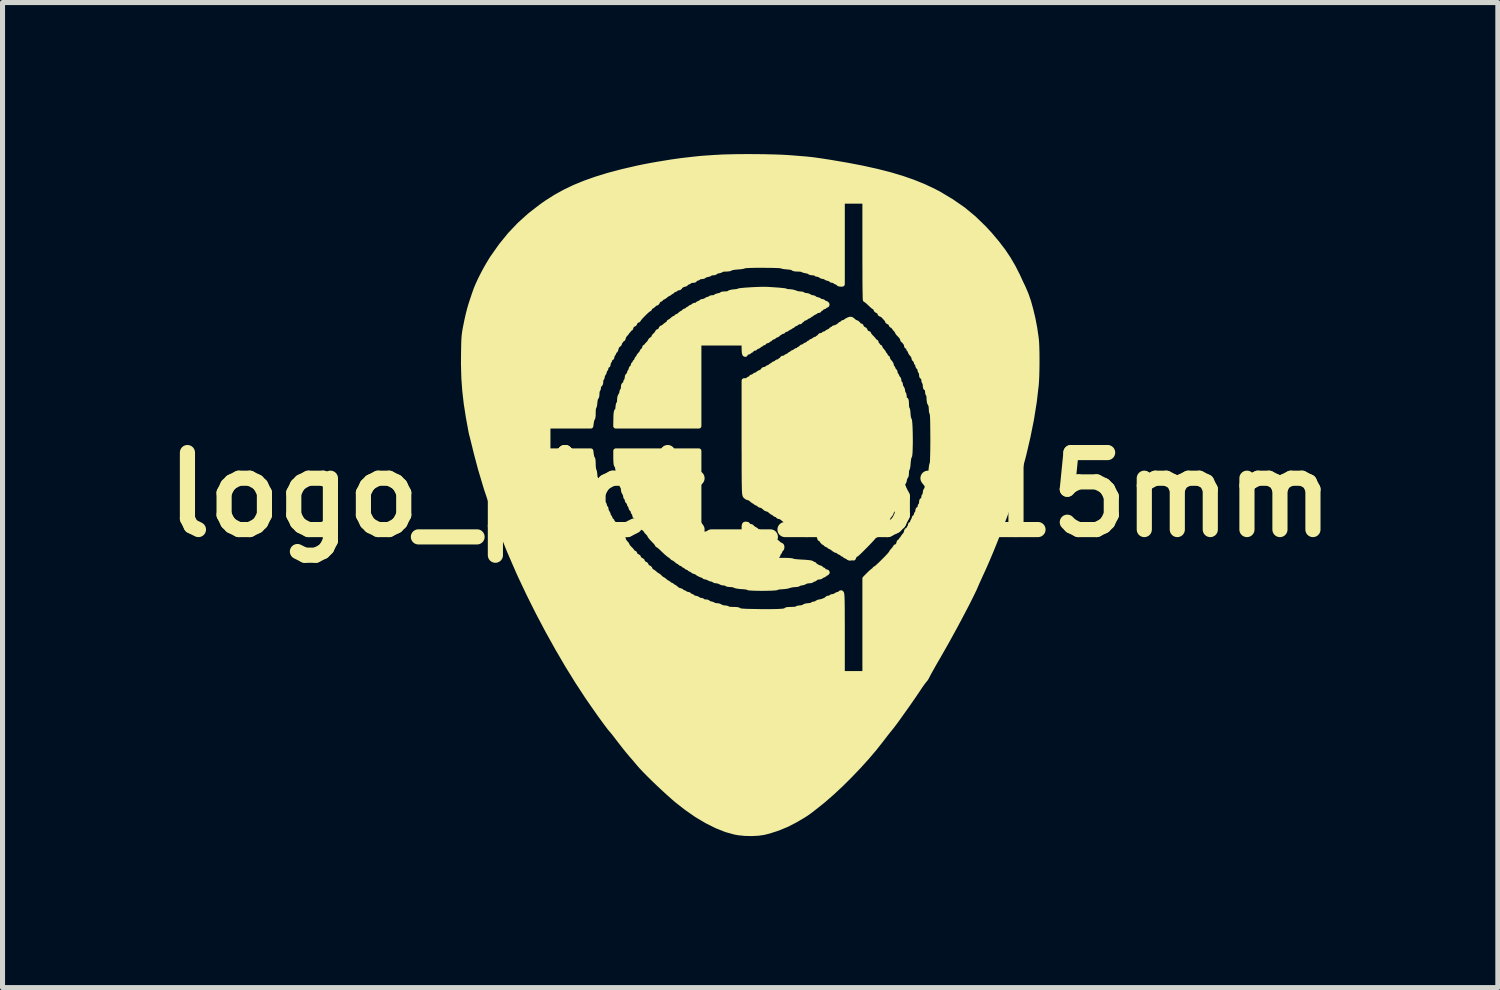
<source format=kicad_pcb>
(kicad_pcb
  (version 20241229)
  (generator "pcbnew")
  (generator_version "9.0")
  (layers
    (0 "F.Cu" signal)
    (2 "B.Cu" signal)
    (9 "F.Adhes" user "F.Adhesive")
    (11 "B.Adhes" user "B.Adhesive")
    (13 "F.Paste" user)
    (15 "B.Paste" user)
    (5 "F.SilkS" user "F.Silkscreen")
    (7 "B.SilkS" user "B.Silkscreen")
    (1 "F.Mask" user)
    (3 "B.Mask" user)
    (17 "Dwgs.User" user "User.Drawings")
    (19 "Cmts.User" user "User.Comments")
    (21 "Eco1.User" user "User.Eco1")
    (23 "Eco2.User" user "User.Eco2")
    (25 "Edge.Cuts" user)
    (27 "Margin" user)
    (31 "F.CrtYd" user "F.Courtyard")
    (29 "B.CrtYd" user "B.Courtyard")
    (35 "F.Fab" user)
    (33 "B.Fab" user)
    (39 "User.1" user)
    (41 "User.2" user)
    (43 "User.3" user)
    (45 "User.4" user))
  (footprint "logo_pick_15x15mm"
    (layer "F.Cu")
    (at 11.8 6.743)
    (property "Reference" "logo_pick_15x15mm" (at 0 0 0) (layer "F.SilkS") (effects (font (size 1.524 1.524) (thickness 0.3))))
    (attr through_hole)
    (fp_poly (pts (xy 1.524 1.539) (xy 1.512 1.552) (xy 1.502 1.554) (xy 1.482 1.562) (xy 1.479 1.569) (xy 1.466 1.583) (xy 1.442 1.593) (xy 1.414 1.604) (xy 1.404 1.615) (xy 1.391 1.624) (xy 1.359 1.629) (xy 1.354 1.629) (xy 1.313 1.635) (xy 1.294 1.651) (xy 1.274 1.669) (xy 1.256 1.673) (xy 1.231 1.68) (xy 1.225 1.688) (xy 1.212 1.698) (xy 1.179 1.703) (xy 1.166 1.703) (xy 1.123 1.708) (xy 1.092 1.719) (xy 1.088 1.722) (xy 1.06 1.736) (xy 1.019 1.746) (xy 1.016 1.746) (xy 0.98 1.753) (xy 0.96 1.763) (xy 0.959 1.764) (xy 0.942 1.773) (xy 0.906 1.778) (xy 0.89 1.778) (xy 0.835 1.783) (xy 0.783 1.795) (xy 0.775 1.798) (xy 0.733 1.81) (xy 0.675 1.818) (xy 0.628 1.822) (xy 0.577 1.825) (xy 0.54 1.832) (xy 0.525 1.839) (xy 0.51 1.843) (xy 0.468 1.847) (xy 0.405 1.85) (xy 0.325 1.852) (xy 0.237 1.853) (xy 0.148 1.852) (xy 0.071 1.85) (xy 0.012 1.847) (xy -0.026 1.844) (xy -0.039 1.84) (xy -0.039 1.84) (xy -0.048 1.833) (xy -0.082 1.827) (xy -0.133 1.821) (xy -0.157 1.82) (xy -0.218 1.815) (xy -0.267 1.807) (xy -0.298 1.799) (xy -0.302 1.796) (xy -0.327 1.785) (xy -0.369 1.779) (xy -0.391 1.778) (xy -0.433 1.775) (xy -0.459 1.768) (xy -0.463 1.763) (xy -0.476 1.753) (xy -0.508 1.748) (xy -0.513 1.748) (xy -0.557 1.742) (xy -0.591 1.726) (xy -0.627 1.71) (xy -0.669 1.704) (xy -0.702 1.699) (xy -0.717 1.689) (xy -0.717 1.688) (xy -0.73 1.677) (xy -0.752 1.673) (xy -0.791 1.664) (xy -0.815 1.651) (xy -0.852 1.634) (xy -0.878 1.629) (xy -0.904 1.623) (xy -0.911 1.614) (xy -0.923 1.6) (xy -0.933 1.599) (xy -0.959 1.592) (xy -0.996 1.576) (xy -1.033 1.556) (xy -1.056 1.539) (xy -1.058 1.535) (xy -1.075 1.526) (xy -1.09 1.524) (xy -1.122 1.513) (xy -1.136 1.502) (xy -1.161 1.483) (xy -1.175 1.479) (xy -1.193 1.471) (xy -1.195 1.466) (xy -1.208 1.453) (xy -1.233 1.443) (xy -1.261 1.431) (xy -1.27 1.419) (xy -1.282 1.406) (xy -1.292 1.404) (xy -1.312 1.397) (xy -1.315 1.391) (xy -1.327 1.378) (xy -1.352 1.368) (xy -1.38 1.356) (xy -1.39 1.344) (xy -1.401 1.33) (xy -1.406 1.33) (xy -1.429 1.321) (xy -1.442 1.311) (xy -1.482 1.277) (xy -1.506 1.26) (xy -1.523 1.255) (xy -1.523 1.255) (xy -1.538 1.246) (xy -1.539 1.243) (xy -1.551 1.229) (xy -1.579 1.208) (xy -1.585 1.204) (xy -1.618 1.18) (xy -1.663 1.142) (xy -1.71 1.097) (xy -1.719 1.089) (xy -1.761 1.048) (xy -1.796 1.018) (xy -1.818 1.002) (xy -1.822 1.001) (xy -1.837 0.99) (xy -1.838 0.985) (xy -1.848 0.967) (xy -1.874 0.935) (xy -1.911 0.897) (xy -1.912 0.895) (xy -1.95 0.856) (xy -1.976 0.824) (xy -1.987 0.805) (xy -1.987 0.805) (xy -1.997 0.784) (xy -2.022 0.756) (xy -2.025 0.753) (xy -2.05 0.727) (xy -2.062 0.71) (xy -2.062 0.709) (xy -2.073 0.69) (xy -2.097 0.668) (xy -2.119 0.657) (xy -2.121 0.657) (xy -2.133 0.645) (xy -2.137 0.626) (xy -2.147 0.594) (xy -2.173 0.56) (xy -2.174 0.559) (xy -2.2 0.529) (xy -2.211 0.503) (xy -2.211 0.501) (xy -2.219 0.481) (xy -2.226 0.478) (xy -2.239 0.466) (xy -2.241 0.456) (xy -2.253 0.436) (xy -2.264 0.433) (xy -2.282 0.42) (xy -2.286 0.396) (xy -2.291 0.368) (xy -2.301 0.359) (xy -2.313 0.346) (xy -2.316 0.328) (xy -2.326 0.3) (xy -2.338 0.289) (xy -2.356 0.269) (xy -2.361 0.245) (xy -2.366 0.218) (xy -2.376 0.209) (xy -2.388 0.197) (xy -2.391 0.179) (xy -2.4 0.15) (xy -2.413 0.14) (xy -2.43 0.12) (xy -2.435 0.096) (xy -2.441 0.068) (xy -2.45 0.06) (xy -2.462 0.047) (xy -2.465 0.023) (xy -2.474 -0.014) (xy -2.488 -0.035) (xy -2.503 -0.065) (xy -2.51 -0.107) (xy -2.51 -0.111) (xy -2.514 -0.146) (xy -2.523 -0.164) (xy -2.525 -0.164) (xy -2.536 -0.177) (xy -2.54 -0.201) (xy -2.549 -0.239) (xy -2.562 -0.259) (xy -2.578 -0.291) (xy -2.585 -0.34) (xy -2.585 -0.35) (xy -2.587 -0.391) (xy -2.594 -0.415) (xy -2.598 -0.418) (xy -2.606 -0.432) (xy -2.615 -0.466) (xy -2.618 -0.496) (xy -2.626 -0.541) (xy -2.636 -0.572) (xy -2.643 -0.58) (xy -2.652 -0.598) (xy -2.657 -0.644) (xy -2.66 -0.716) (xy -2.66 -0.726) (xy -2.66 -0.867) (xy -1.838 -0.867) (xy -1.016 -0.867) (xy -1.016 -0.045) (xy -1.016 0.777) (xy -0.568 0.777) (xy -0.12 0.777) (xy -0.12 0.68) (xy -0.119 0.628) (xy -0.115 0.599) (xy -0.106 0.586) (xy -0.088 0.583) (xy -0.082 0.583) (xy -0.052 0.59) (xy -0.045 0.605) (xy -0.032 0.623) (xy -0.007 0.628) (xy 0.021 0.632) (xy 0.03 0.64) (xy 0.042 0.655) (xy 0.071 0.675) (xy 0.082 0.681) (xy 0.115 0.701) (xy 0.133 0.718) (xy 0.134 0.721) (xy 0.147 0.731) (xy 0.156 0.732) (xy 0.185 0.742) (xy 0.197 0.751) (xy 0.229 0.775) (xy 0.266 0.796) (xy 0.299 0.81) (xy 0.318 0.812) (xy 0.319 0.811) (xy 0.327 0.815) (xy 0.329 0.827) (xy 0.341 0.847) (xy 0.366 0.852) (xy 0.394 0.857) (xy 0.403 0.866) (xy 0.416 0.88) (xy 0.441 0.89) (xy 0.469 0.902) (xy 0.478 0.913) (xy 0.49 0.926) (xy 0.494 0.926) (xy 0.518 0.935) (xy 0.531 0.945) (xy 0.57 0.979) (xy 0.595 0.996) (xy 0.611 1.001) (xy 0.612 1.001) (xy 0.624 1.014) (xy 0.628 1.038) (xy 0.623 1.066) (xy 0.613 1.076) (xy 0.599 1.088) (xy 0.589 1.113) (xy 0.577 1.141) (xy 0.566 1.15) (xy 0.555 1.163) (xy 0.553 1.179) (xy 0.542 1.207) (xy 0.53 1.216) (xy 0.513 1.236) (xy 0.508 1.262) (xy 0.508 1.3) (xy 0.672 1.3) (xy 0.738 1.301) (xy 0.792 1.304) (xy 0.826 1.308) (xy 0.837 1.313) (xy 0.851 1.318) (xy 0.889 1.324) (xy 0.946 1.329) (xy 1.016 1.334) (xy 1.027 1.334) (xy 1.105 1.339) (xy 1.167 1.345) (xy 1.207 1.352) (xy 1.222 1.359) (xy 1.24 1.373) (xy 1.249 1.375) (xy 1.268 1.381) (xy 1.27 1.386) (xy 1.282 1.4) (xy 1.311 1.42) (xy 1.346 1.438) (xy 1.375 1.449) (xy 1.382 1.449) (xy 1.403 1.461) (xy 1.41 1.473) (xy 1.425 1.488) (xy 1.434 1.487) (xy 1.447 1.49) (xy 1.449 1.501) (xy 1.462 1.52) (xy 1.487 1.524) (xy 1.515 1.529) (xy 1.524 1.539)) (stroke (width 0.1) (type solid)) (fill yes) (layer "F.SilkS"))
    (fp_poly (pts (xy 1.521 -3.766) (xy 1.516 -3.753) (xy 1.503 -3.75) (xy 1.482 -3.743) (xy 1.479 -3.735) (xy 1.467 -3.723) (xy 1.451 -3.72) (xy 1.423 -3.709) (xy 1.414 -3.697) (xy 1.399 -3.682) (xy 1.39 -3.683) (xy 1.377 -3.68) (xy 1.375 -3.669) (xy 1.362 -3.65) (xy 1.337 -3.646) (xy 1.309 -3.641) (xy 1.3 -3.631) (xy 1.287 -3.617) (xy 1.263 -3.607) (xy 1.235 -3.595) (xy 1.225 -3.584) (xy 1.213 -3.572) (xy 1.203 -3.571) (xy 1.183 -3.563) (xy 1.18 -3.556) (xy 1.168 -3.542) (xy 1.143 -3.532) (xy 1.115 -3.521) (xy 1.106 -3.51) (xy 1.093 -3.499) (xy 1.077 -3.496) (xy 1.05 -3.486) (xy 1.04 -3.474) (xy 1.02 -3.454) (xy 1.008 -3.451) (xy 0.992 -3.444) (xy 0.994 -3.436) (xy 0.988 -3.425) (xy 0.965 -3.422) (xy 0.936 -3.417) (xy 0.926 -3.407) (xy 0.914 -3.393) (xy 0.889 -3.383) (xy 0.861 -3.371) (xy 0.852 -3.36) (xy 0.84 -3.348) (xy 0.829 -3.347) (xy 0.809 -3.338) (xy 0.807 -3.331) (xy 0.798 -3.322) (xy 0.792 -3.324) (xy 0.778 -3.323) (xy 0.777 -3.318) (xy 0.765 -3.304) (xy 0.755 -3.302) (xy 0.735 -3.294) (xy 0.732 -3.287) (xy 0.72 -3.275) (xy 0.702 -3.272) (xy 0.673 -3.262) (xy 0.663 -3.25) (xy 0.649 -3.234) (xy 0.642 -3.235) (xy 0.623 -3.232) (xy 0.607 -3.22) (xy 0.582 -3.202) (xy 0.569 -3.197) (xy 0.553 -3.187) (xy 0.553 -3.183) (xy 0.54 -3.169) (xy 0.515 -3.159) (xy 0.488 -3.148) (xy 0.478 -3.138) (xy 0.465 -3.126) (xy 0.441 -3.117) (xy 0.413 -3.105) (xy 0.403 -3.093) (xy 0.391 -3.08) (xy 0.381 -3.078) (xy 0.361 -3.07) (xy 0.359 -3.063) (xy 0.346 -3.051) (xy 0.328 -3.048) (xy 0.3 -3.038) (xy 0.289 -3.026) (xy 0.269 -3.007) (xy 0.252 -3.003) (xy 0.229 -2.997) (xy 0.224 -2.988) (xy 0.212 -2.975) (xy 0.202 -2.973) (xy 0.182 -2.965) (xy 0.179 -2.959) (xy 0.167 -2.944) (xy 0.142 -2.935) (xy 0.114 -2.923) (xy 0.105 -2.912) (xy 0.092 -2.901) (xy 0.074 -2.899) (xy 0.046 -2.889) (xy 0.035 -2.876) (xy 0.016 -2.856) (xy 0.006 -2.854) (xy -0.013 -2.845) (xy -0.015 -2.839) (xy -0.027 -2.827) (xy -0.045 -2.824) (xy -0.074 -2.814) (xy -0.084 -2.801) (xy -0.097 -2.779) (xy -0.108 -2.785) (xy -0.116 -2.816) (xy -0.119 -2.872) (xy -0.12 -2.891) (xy -0.12 -3.003) (xy -0.568 -3.003) (xy -1.016 -3.003) (xy -1.016 -2.181) (xy -1.016 -1.36) (xy -1.838 -1.36) (xy -2.661 -1.36) (xy -2.658 -1.509) (xy -2.656 -1.585) (xy -2.65 -1.634) (xy -2.643 -1.656) (xy -2.638 -1.658) (xy -2.626 -1.672) (xy -2.618 -1.71) (xy -2.617 -1.729) (xy -2.612 -1.772) (xy -2.604 -1.8) (xy -2.599 -1.805) (xy -2.59 -1.822) (xy -2.585 -1.858) (xy -2.585 -1.877) (xy -2.58 -1.928) (xy -2.566 -1.963) (xy -2.562 -1.967) (xy -2.545 -1.999) (xy -2.54 -2.026) (xy -2.535 -2.053) (xy -2.525 -2.062) (xy -2.516 -2.075) (xy -2.51 -2.108) (xy -2.51 -2.122) (xy -2.506 -2.163) (xy -2.494 -2.18) (xy -2.488 -2.181) (xy -2.47 -2.194) (xy -2.465 -2.219) (xy -2.46 -2.247) (xy -2.45 -2.256) (xy -2.44 -2.269) (xy -2.436 -2.301) (xy -2.435 -2.307) (xy -2.429 -2.348) (xy -2.413 -2.366) (xy -2.395 -2.386) (xy -2.391 -2.405) (xy -2.384 -2.43) (xy -2.376 -2.435) (xy -2.364 -2.448) (xy -2.361 -2.471) (xy -2.352 -2.502) (xy -2.338 -2.516) (xy -2.32 -2.536) (xy -2.316 -2.554) (xy -2.31 -2.579) (xy -2.301 -2.585) (xy -2.288 -2.597) (xy -2.286 -2.607) (xy -2.278 -2.627) (xy -2.271 -2.63) (xy -2.257 -2.642) (xy -2.247 -2.667) (xy -2.236 -2.695) (xy -2.225 -2.704) (xy -2.212 -2.716) (xy -2.211 -2.72) (xy -2.202 -2.744) (xy -2.193 -2.757) (xy -2.158 -2.797) (xy -2.141 -2.821) (xy -2.137 -2.837) (xy -2.125 -2.853) (xy -2.114 -2.859) (xy -2.096 -2.879) (xy -2.092 -2.899) (xy -2.086 -2.92) (xy -2.077 -2.921) (xy -2.063 -2.923) (xy -2.062 -2.928) (xy -2.052 -2.949) (xy -2.027 -2.977) (xy -2.025 -2.979) (xy -1.999 -3.005) (xy -1.987 -3.022) (xy -1.987 -3.023) (xy -1.978 -3.044) (xy -1.957 -3.067) (xy -1.935 -3.082) (xy -1.925 -3.084) (xy -1.915 -3.089) (xy -1.912 -3.105) (xy -1.901 -3.134) (xy -1.875 -3.162) (xy -1.849 -3.187) (xy -1.838 -3.208) (xy -1.838 -3.208) (xy -1.828 -3.226) (xy -1.822 -3.227) (xy -1.796 -3.239) (xy -1.772 -3.263) (xy -1.763 -3.286) (xy -1.752 -3.301) (xy -1.747 -3.302) (xy -1.723 -3.311) (xy -1.71 -3.321) (xy -1.671 -3.355) (xy -1.646 -3.372) (xy -1.63 -3.377) (xy -1.629 -3.377) (xy -1.615 -3.389) (xy -1.614 -3.399) (xy -1.605 -3.419) (xy -1.598 -3.422) (xy -1.578 -3.431) (xy -1.549 -3.455) (xy -1.545 -3.459) (xy -1.514 -3.484) (xy -1.488 -3.496) (xy -1.486 -3.496) (xy -1.467 -3.505) (xy -1.464 -3.511) (xy -1.453 -3.526) (xy -1.448 -3.526) (xy -1.424 -3.535) (xy -1.411 -3.545) (xy -1.372 -3.579) (xy -1.347 -3.596) (xy -1.331 -3.601) (xy -1.33 -3.601) (xy -1.315 -3.612) (xy -1.315 -3.615) (xy -1.302 -3.63) (xy -1.277 -3.64) (xy -1.25 -3.651) (xy -1.24 -3.662) (xy -1.228 -3.674) (xy -1.218 -3.676) (xy -1.198 -3.683) (xy -1.195 -3.69) (xy -1.183 -3.704) (xy -1.158 -3.714) (xy -1.13 -3.726) (xy -1.121 -3.737) (xy -1.108 -3.747) (xy -1.083 -3.75) (xy -1.055 -3.755) (xy -1.046 -3.765) (xy -1.033 -3.779) (xy -1.009 -3.789) (xy -0.981 -3.8) (xy -0.971 -3.812) (xy -0.958 -3.822) (xy -0.935 -3.825) (xy -0.897 -3.834) (xy -0.876 -3.847) (xy -0.843 -3.866) (xy -0.823 -3.87) (xy -0.798 -3.876) (xy -0.792 -3.885) (xy -0.779 -3.895) (xy -0.746 -3.9) (xy -0.74 -3.9) (xy -0.705 -3.903) (xy -0.688 -3.912) (xy -0.687 -3.914) (xy -0.674 -3.926) (xy -0.641 -3.936) (xy -0.628 -3.939) (xy -0.59 -3.948) (xy -0.569 -3.958) (xy -0.568 -3.961) (xy -0.554 -3.969) (xy -0.52 -3.974) (xy -0.494 -3.974) (xy -0.448 -3.978) (xy -0.42 -3.987) (xy -0.415 -3.992) (xy -0.398 -4.002) (xy -0.359 -4.011) (xy -0.317 -4.016) (xy -0.269 -4.021) (xy -0.235 -4.028) (xy -0.224 -4.034) (xy -0.21 -4.038) (xy -0.171 -4.042) (xy -0.114 -4.048) (xy -0.042 -4.053) (xy 0.039 -4.058) (xy 0.122 -4.062) (xy 0.204 -4.065) (xy 0.239 -4.066) (xy 0.284 -4.066) (xy 0.344 -4.064) (xy 0.414 -4.06) (xy 0.488 -4.055) (xy 0.559 -4.05) (xy 0.622 -4.044) (xy 0.67 -4.039) (xy 0.698 -4.034) (xy 0.702 -4.032) (xy 0.716 -4.024) (xy 0.75 -4.02) (xy 0.773 -4.019) (xy 0.826 -4.014) (xy 0.874 -4.002) (xy 0.887 -3.997) (xy 0.932 -3.981) (xy 0.983 -3.974) (xy 0.988 -3.974) (xy 1.025 -3.971) (xy 1.045 -3.962) (xy 1.046 -3.959) (xy 1.059 -3.949) (xy 1.091 -3.945) (xy 1.097 -3.944) (xy 1.139 -3.938) (xy 1.17 -3.923) (xy 1.171 -3.922) (xy 1.203 -3.905) (xy 1.232 -3.9) (xy 1.26 -3.895) (xy 1.27 -3.886) (xy 1.283 -3.875) (xy 1.315 -3.865) (xy 1.322 -3.863) (xy 1.357 -3.853) (xy 1.374 -3.841) (xy 1.375 -3.839) (xy 1.387 -3.828) (xy 1.412 -3.825) (xy 1.44 -3.82) (xy 1.449 -3.811) (xy 1.462 -3.798) (xy 1.482 -3.792) (xy 1.508 -3.782) (xy 1.521 -3.766)) (stroke (width 0.1) (type solid)) (fill yes) (layer "F.SilkS"))
    (fp_poly (pts (xy 3.169 -1.104) (xy 3.169 -1.014) (xy 3.167 -0.931) (xy 3.165 -0.859) (xy 3.161 -0.803) (xy 3.156 -0.768) (xy 3.151 -0.759) (xy 3.143 -0.743) (xy 3.135 -0.704) (xy 3.128 -0.65) (xy 3.127 -0.631) (xy 3.122 -0.575) (xy 3.115 -0.532) (xy 3.108 -0.51) (xy 3.106 -0.508) (xy 3.098 -0.495) (xy 3.094 -0.46) (xy 3.093 -0.433) (xy 3.09 -0.391) (xy 3.083 -0.364) (xy 3.078 -0.359) (xy 3.067 -0.345) (xy 3.056 -0.312) (xy 3.054 -0.299) (xy 3.045 -0.261) (xy 3.034 -0.241) (xy 3.031 -0.239) (xy 3.023 -0.226) (xy 3.018 -0.193) (xy 3.018 -0.186) (xy 3.012 -0.143) (xy 2.997 -0.112) (xy 2.996 -0.11) (xy 2.978 -0.078) (xy 2.973 -0.051) (xy 2.968 -0.024) (xy 2.958 -0.015) (xy 2.948 -0.002) (xy 2.943 0.03) (xy 2.943 0.036) (xy 2.937 0.077) (xy 2.921 0.095) (xy 2.903 0.115) (xy 2.899 0.134) (xy 2.892 0.159) (xy 2.884 0.164) (xy 2.872 0.177) (xy 2.869 0.2) (xy 2.86 0.231) (xy 2.846 0.244) (xy 2.828 0.265) (xy 2.824 0.283) (xy 2.818 0.308) (xy 2.809 0.314) (xy 2.797 0.326) (xy 2.794 0.344) (xy 2.784 0.375) (xy 2.758 0.408) (xy 2.757 0.41) (xy 2.731 0.443) (xy 2.719 0.475) (xy 2.719 0.476) (xy 2.71 0.502) (xy 2.697 0.508) (xy 2.677 0.52) (xy 2.674 0.53) (xy 2.666 0.55) (xy 2.66 0.553) (xy 2.646 0.565) (xy 2.645 0.576) (xy 2.634 0.601) (xy 2.609 0.632) (xy 2.607 0.634) (xy 2.582 0.66) (xy 2.57 0.678) (xy 2.57 0.679) (xy 2.561 0.698) (xy 2.551 0.71) (xy 2.517 0.75) (xy 2.5 0.774) (xy 2.495 0.791) (xy 2.495 0.791) (xy 2.483 0.805) (xy 2.473 0.807) (xy 2.453 0.815) (xy 2.45 0.822) (xy 2.44 0.836) (xy 2.413 0.867) (xy 2.373 0.91) (xy 2.325 0.961) (xy 2.272 1.015) (xy 2.22 1.067) (xy 2.172 1.115) (xy 2.133 1.152) (xy 2.107 1.175) (xy 2.098 1.18) (xy 2.078 1.192) (xy 2.057 1.217) (xy 2.047 1.242) (xy 2.047 1.243) (xy 2.043 1.253) (xy 2.032 1.24) (xy 2.02 1.228) (xy 2.017 1.236) (xy 2.004 1.25) (xy 1.98 1.255) (xy 1.952 1.25) (xy 1.942 1.242) (xy 1.93 1.229) (xy 1.905 1.219) (xy 1.877 1.207) (xy 1.868 1.195) (xy 1.856 1.182) (xy 1.845 1.18) (xy 1.825 1.173) (xy 1.823 1.167) (xy 1.81 1.154) (xy 1.785 1.144) (xy 1.757 1.132) (xy 1.748 1.12) (xy 1.736 1.108) (xy 1.718 1.106) (xy 1.687 1.096) (xy 1.651 1.072) (xy 1.647 1.068) (xy 1.615 1.044) (xy 1.59 1.031) (xy 1.588 1.031) (xy 1.57 1.023) (xy 1.569 1.018) (xy 1.556 1.004) (xy 1.531 0.995) (xy 1.503 0.983) (xy 1.494 0.971) (xy 1.483 0.957) (xy 1.478 0.956) (xy 1.453 0.945) (xy 1.429 0.92) (xy 1.419 0.898) (xy 1.407 0.883) (xy 1.397 0.882) (xy 1.379 0.869) (xy 1.375 0.85) (xy 1.364 0.818) (xy 1.339 0.784) (xy 1.337 0.783) (xy 1.312 0.753) (xy 1.3 0.727) (xy 1.3 0.725) (xy 1.293 0.705) (xy 1.287 0.702) (xy 1.273 0.69) (xy 1.264 0.665) (xy 1.252 0.637) (xy 1.24 0.628) (xy 1.227 0.615) (xy 1.225 0.605) (xy 1.218 0.585) (xy 1.212 0.583) (xy 1.199 0.57) (xy 1.189 0.545) (xy 1.177 0.517) (xy 1.165 0.508) (xy 1.152 0.496) (xy 1.15 0.486) (xy 1.142 0.466) (xy 1.136 0.463) (xy 1.123 0.451) (xy 1.121 0.433) (xy 1.111 0.409) (xy 1.098 0.403) (xy 1.078 0.391) (xy 1.076 0.381) (xy 1.067 0.361) (xy 1.06 0.359) (xy 1.033 0.371) (xy 1.009 0.399) (xy 1.001 0.425) (xy 0.991 0.452) (xy 0.966 0.482) (xy 0.964 0.484) (xy 0.938 0.517) (xy 0.926 0.55) (xy 0.926 0.551) (xy 0.918 0.576) (xy 0.905 0.583) (xy 0.88 0.594) (xy 0.875 0.601) (xy 0.865 0.612) (xy 0.858 0.601) (xy 0.841 0.584) (xy 0.834 0.583) (xy 0.812 0.574) (xy 0.799 0.564) (xy 0.76 0.531) (xy 0.735 0.514) (xy 0.715 0.508) (xy 0.71 0.508) (xy 0.684 0.498) (xy 0.653 0.473) (xy 0.651 0.471) (xy 0.618 0.445) (xy 0.586 0.433) (xy 0.585 0.433) (xy 0.559 0.428) (xy 0.553 0.419) (xy 0.54 0.404) (xy 0.515 0.395) (xy 0.487 0.383) (xy 0.478 0.372) (xy 0.467 0.359) (xy 0.462 0.359) (xy 0.438 0.349) (xy 0.425 0.34) (xy 0.386 0.307) (xy 0.361 0.29) (xy 0.341 0.284) (xy 0.336 0.284) (xy 0.31 0.274) (xy 0.28 0.249) (xy 0.278 0.247) (xy 0.245 0.221) (xy 0.212 0.209) (xy 0.211 0.209) (xy 0.186 0.203) (xy 0.179 0.195) (xy 0.167 0.18) (xy 0.142 0.17) (xy 0.114 0.159) (xy 0.105 0.148) (xy 0.093 0.135) (xy 0.089 0.134) (xy 0.073 0.13) (xy 0.049 0.113) (xy 0.01 0.08) (xy 0.008 0.078) (xy -0.022 0.062) (xy -0.036 0.06) (xy -0.064 0.05) (xy -0.09 0.03) (xy -0.095 0.024) (xy -0.1 0.016) (xy -0.104 0.004) (xy -0.108 -0.014) (xy -0.111 -0.039) (xy -0.113 -0.075) (xy -0.115 -0.122) (xy -0.116 -0.184) (xy -0.118 -0.262) (xy -0.118 -0.357) (xy -0.119 -0.473) (xy -0.119 -0.611) (xy -0.119 -0.773) (xy -0.12 -0.962) (xy -0.12 -1.128) (xy -0.12 -2.256) (xy -0.082 -2.256) (xy -0.054 -2.261) (xy -0.045 -2.271) (xy -0.032 -2.285) (xy -0.008 -2.295) (xy 0.017 -2.306) (xy 0.021 -2.317) (xy 0.027 -2.328) (xy 0.044 -2.331) (xy 0.069 -2.337) (xy 0.075 -2.345) (xy 0.087 -2.36) (xy 0.112 -2.37) (xy 0.14 -2.38) (xy 0.149 -2.389) (xy 0.162 -2.401) (xy 0.193 -2.417) (xy 0.202 -2.42) (xy 0.236 -2.439) (xy 0.253 -2.457) (xy 0.254 -2.461) (xy 0.267 -2.476) (xy 0.291 -2.48) (xy 0.319 -2.485) (xy 0.329 -2.495) (xy 0.341 -2.509) (xy 0.366 -2.519) (xy 0.394 -2.53) (xy 0.403 -2.542) (xy 0.416 -2.553) (xy 0.426 -2.555) (xy 0.446 -2.563) (xy 0.448 -2.57) (xy 0.461 -2.584) (xy 0.486 -2.594) (xy 0.514 -2.605) (xy 0.523 -2.616) (xy 0.535 -2.627) (xy 0.553 -2.63) (xy 0.577 -2.636) (xy 0.583 -2.645) (xy 0.595 -2.658) (xy 0.605 -2.66) (xy 0.625 -2.671) (xy 0.628 -2.682) (xy 0.641 -2.7) (xy 0.665 -2.704) (xy 0.693 -2.709) (xy 0.702 -2.719) (xy 0.715 -2.733) (xy 0.74 -2.743) (xy 0.768 -2.755) (xy 0.777 -2.766) (xy 0.789 -2.778) (xy 0.799 -2.779) (xy 0.819 -2.787) (xy 0.822 -2.794) (xy 0.834 -2.808) (xy 0.859 -2.818) (xy 0.887 -2.829) (xy 0.896 -2.84) (xy 0.909 -2.851) (xy 0.926 -2.854) (xy 0.951 -2.86) (xy 0.956 -2.869) (xy 0.968 -2.882) (xy 0.977 -2.884) (xy 1 -2.896) (xy 1.006 -2.906) (xy 1.027 -2.925) (xy 1.045 -2.928) (xy 1.07 -2.935) (xy 1.076 -2.943) (xy 1.088 -2.957) (xy 1.113 -2.967) (xy 1.141 -2.979) (xy 1.15 -2.99) (xy 1.163 -3.002) (xy 1.173 -3.003) (xy 1.193 -3.011) (xy 1.195 -3.018) (xy 1.208 -3.032) (xy 1.233 -3.042) (xy 1.261 -3.053) (xy 1.27 -3.065) (xy 1.283 -3.075) (xy 1.3 -3.078) (xy 1.324 -3.084) (xy 1.33 -3.093) (xy 1.342 -3.106) (xy 1.352 -3.108) (xy 1.372 -3.12) (xy 1.375 -3.13) (xy 1.388 -3.148) (xy 1.412 -3.153) (xy 1.44 -3.158) (xy 1.449 -3.168) (xy 1.461 -3.181) (xy 1.471 -3.182) (xy 1.499 -3.192) (xy 1.512 -3.203) (xy 1.543 -3.224) (xy 1.566 -3.234) (xy 1.591 -3.247) (xy 1.599 -3.258) (xy 1.611 -3.271) (xy 1.621 -3.272) (xy 1.641 -3.28) (xy 1.644 -3.287) (xy 1.656 -3.301) (xy 1.665 -3.302) (xy 1.691 -3.309) (xy 1.726 -3.325) (xy 1.758 -3.345) (xy 1.777 -3.362) (xy 1.778 -3.365) (xy 1.79 -3.375) (xy 1.8 -3.377) (xy 1.82 -3.385) (xy 1.823 -3.392) (xy 1.835 -3.405) (xy 1.844 -3.407) (xy 1.873 -3.416) (xy 1.885 -3.425) (xy 1.913 -3.445) (xy 1.948 -3.463) (xy 1.977 -3.473) (xy 2.002 -3.471) (xy 2.03 -3.451) (xy 2.059 -3.425) (xy 2.085 -3.409) (xy 2.097 -3.407) (xy 2.118 -3.396) (xy 2.142 -3.37) (xy 2.165 -3.346) (xy 2.183 -3.34) (xy 2.183 -3.341) (xy 2.195 -3.337) (xy 2.196 -3.332) (xy 2.208 -3.306) (xy 2.232 -3.281) (xy 2.255 -3.272) (xy 2.27 -3.261) (xy 2.271 -3.257) (xy 2.28 -3.234) (xy 2.3 -3.21) (xy 2.322 -3.193) (xy 2.333 -3.192) (xy 2.345 -3.188) (xy 2.346 -3.181) (xy 2.356 -3.161) (xy 2.382 -3.131) (xy 2.398 -3.114) (xy 2.429 -3.082) (xy 2.448 -3.057) (xy 2.45 -3.049) (xy 2.462 -3.035) (xy 2.473 -3.033) (xy 2.491 -3.021) (xy 2.495 -3.003) (xy 2.501 -2.979) (xy 2.51 -2.973) (xy 2.523 -2.961) (xy 2.525 -2.951) (xy 2.537 -2.931) (xy 2.547 -2.928) (xy 2.567 -2.92) (xy 2.57 -2.913) (xy 2.574 -2.897) (xy 2.591 -2.872) (xy 2.624 -2.834) (xy 2.626 -2.832) (xy 2.642 -2.806) (xy 2.645 -2.795) (xy 2.654 -2.78) (xy 2.658 -2.779) (xy 2.671 -2.766) (xy 2.681 -2.741) (xy 2.692 -2.716) (xy 2.705 -2.712) (xy 2.717 -2.708) (xy 2.719 -2.697) (xy 2.729 -2.665) (xy 2.738 -2.652) (xy 2.771 -2.613) (xy 2.788 -2.586) (xy 2.794 -2.564) (xy 2.794 -2.556) (xy 2.799 -2.531) (xy 2.807 -2.525) (xy 2.82 -2.512) (xy 2.83 -2.488) (xy 2.842 -2.46) (xy 2.854 -2.45) (xy 2.865 -2.438) (xy 2.869 -2.413) (xy 2.873 -2.385) (xy 2.882 -2.376) (xy 2.895 -2.363) (xy 2.905 -2.338) (xy 2.917 -2.31) (xy 2.929 -2.301) (xy 2.939 -2.288) (xy 2.943 -2.257) (xy 2.943 -2.256) (xy 2.948 -2.225) (xy 2.958 -2.211) (xy 2.958 -2.211) (xy 2.97 -2.199) (xy 2.973 -2.175) (xy 2.982 -2.137) (xy 2.996 -2.116) (xy 3.012 -2.086) (xy 3.018 -2.048) (xy 3.022 -2.016) (xy 3.033 -2.002) (xy 3.033 -2.002) (xy 3.042 -1.989) (xy 3.048 -1.956) (xy 3.048 -1.942) (xy 3.052 -1.901) (xy 3.064 -1.884) (xy 3.07 -1.883) (xy 3.084 -1.876) (xy 3.09 -1.851) (xy 3.093 -1.803) (xy 3.093 -1.794) (xy 3.095 -1.746) (xy 3.101 -1.712) (xy 3.107 -1.701) (xy 3.115 -1.684) (xy 3.121 -1.647) (xy 3.124 -1.601) (xy 3.129 -1.545) (xy 3.139 -1.503) (xy 3.148 -1.486) (xy 3.154 -1.466) (xy 3.159 -1.422) (xy 3.163 -1.358) (xy 3.166 -1.281) (xy 3.168 -1.194) (xy 3.169 -1.104)) (stroke (width 0.1) (type solid)) (fill yes) (layer "F.SilkS"))
    (fp_poly (pts (xy 5.677 -2.7) (xy 5.677 -2.576) (xy 5.675 -2.454) (xy 5.672 -2.341) (xy 5.667 -2.241) (xy 5.662 -2.174) (xy 5.624 -1.846) (xy 5.569 -1.5) (xy 5.497 -1.141) (xy 5.411 -0.774) (xy 5.311 -0.404) (xy 5.198 -0.038) (xy 5.075 0.322) (xy 5.048 0.396) (xy 4.979 0.577) (xy 4.908 0.76) (xy 4.837 0.94) (xy 4.767 1.112) (xy 4.701 1.269) (xy 4.641 1.407) (xy 4.601 1.496) (xy 4.563 1.578) (xy 4.528 1.656) (xy 4.497 1.723) (xy 4.475 1.773) (xy 4.467 1.793) (xy 4.438 1.859) (xy 4.396 1.947) (xy 4.343 2.054) (xy 4.281 2.177) (xy 4.211 2.311) (xy 4.136 2.453) (xy 4.057 2.601) (xy 3.976 2.749) (xy 3.895 2.896) (xy 3.816 3.036) (xy 3.741 3.167) (xy 3.724 3.197) (xy 3.67 3.29) (xy 3.642 3.338) (xy 3.642 -1.128) (xy 3.641 -1.131) (xy 3.632 -1.128) (xy 3.631 -1.121) (xy 3.636 -1.108) (xy 3.641 -1.111) (xy 3.642 -1.128) (xy 3.642 3.338) (xy 3.62 3.377) (xy 3.616 3.385) (xy 3.616 -1.113) (xy 3.615 -1.264) (xy 3.614 -1.388) (xy 3.612 -1.487) (xy 3.609 -1.557) (xy 3.605 -1.6) (xy 3.601 -1.614) (xy 3.593 -1.627) (xy 3.587 -1.662) (xy 3.586 -1.695) (xy 3.581 -1.757) (xy 3.567 -1.795) (xy 3.563 -1.798) (xy 3.548 -1.832) (xy 3.541 -1.892) (xy 3.541 -1.904) (xy 3.539 -1.949) (xy 3.532 -1.98) (xy 3.526 -1.987) (xy 3.517 -2) (xy 3.512 -2.034) (xy 3.511 -2.047) (xy 3.507 -2.088) (xy 3.495 -2.106) (xy 3.489 -2.107) (xy 3.473 -2.117) (xy 3.467 -2.149) (xy 3.466 -2.166) (xy 3.463 -2.204) (xy 3.455 -2.225) (xy 3.451 -2.226) (xy 3.442 -2.239) (xy 3.437 -2.272) (xy 3.436 -2.279) (xy 3.432 -2.317) (xy 3.416 -2.331) (xy 3.414 -2.331) (xy 3.397 -2.342) (xy 3.392 -2.378) (xy 3.392 -2.383) (xy 3.388 -2.418) (xy 3.379 -2.435) (xy 3.377 -2.435) (xy 3.366 -2.448) (xy 3.362 -2.473) (xy 3.354 -2.505) (xy 3.339 -2.52) (xy 3.322 -2.54) (xy 3.317 -2.564) (xy 3.312 -2.591) (xy 3.302 -2.6) (xy 3.29 -2.612) (xy 3.287 -2.63) (xy 3.277 -2.659) (xy 3.265 -2.669) (xy 3.246 -2.689) (xy 3.242 -2.707) (xy 3.239 -2.729) (xy 3.226 -2.753) (xy 3.199 -2.787) (xy 3.186 -2.801) (xy 3.17 -2.831) (xy 3.168 -2.845) (xy 3.16 -2.866) (xy 3.153 -2.869) (xy 3.14 -2.881) (xy 3.138 -2.899) (xy 3.128 -2.923) (xy 3.115 -2.928) (xy 3.097 -2.941) (xy 3.093 -2.966) (xy 3.088 -2.994) (xy 3.078 -3.003) (xy 3.065 -3.015) (xy 3.063 -3.026) (xy 3.051 -3.045) (xy 3.041 -3.048) (xy 3.022 -3.061) (xy 3.018 -3.079) (xy 3.008 -3.107) (xy 2.981 -3.143) (xy 2.966 -3.159) (xy 2.935 -3.191) (xy 2.916 -3.217) (xy 2.914 -3.225) (xy 2.904 -3.245) (xy 2.88 -3.274) (xy 2.876 -3.278) (xy 2.851 -3.307) (xy 2.839 -3.329) (xy 2.839 -3.331) (xy 2.827 -3.345) (xy 2.816 -3.347) (xy 2.797 -3.355) (xy 2.794 -3.363) (xy 2.783 -3.388) (xy 2.758 -3.412) (xy 2.735 -3.422) (xy 2.72 -3.433) (xy 2.719 -3.438) (xy 2.71 -3.461) (xy 2.701 -3.473) (xy 2.678 -3.498) (xy 2.649 -3.531) (xy 2.648 -3.532) (xy 2.62 -3.558) (xy 2.594 -3.571) (xy 2.592 -3.571) (xy 2.572 -3.58) (xy 2.57 -3.587) (xy 2.559 -3.612) (xy 2.534 -3.636) (xy 2.511 -3.646) (xy 2.496 -3.657) (xy 2.495 -3.662) (xy 2.486 -3.683) (xy 2.466 -3.707) (xy 2.447 -3.72) (xy 2.445 -3.72) (xy 2.432 -3.73) (xy 2.404 -3.755) (xy 2.366 -3.791) (xy 2.363 -3.794) (xy 2.325 -3.829) (xy 2.296 -3.852) (xy 2.28 -3.859) (xy 2.28 -3.859) (xy 2.278 -3.872) (xy 2.277 -3.912) (xy 2.276 -3.977) (xy 2.274 -4.065) (xy 2.273 -4.174) (xy 2.272 -4.299) (xy 2.272 -4.441) (xy 2.271 -4.594) (xy 2.271 -4.759) (xy 2.271 -4.831) (xy 2.271 -5.812) (xy 2.047 -5.812) (xy 1.823 -5.812) (xy 1.823 -4.99) (xy 1.823 -4.169) (xy 1.785 -4.169) (xy 1.757 -4.174) (xy 1.748 -4.183) (xy 1.735 -4.197) (xy 1.711 -4.207) (xy 1.683 -4.219) (xy 1.673 -4.23) (xy 1.661 -4.24) (xy 1.636 -4.243) (xy 1.608 -4.248) (xy 1.599 -4.258) (xy 1.586 -4.269) (xy 1.554 -4.28) (xy 1.546 -4.282) (xy 1.512 -4.291) (xy 1.495 -4.303) (xy 1.494 -4.305) (xy 1.481 -4.315) (xy 1.456 -4.318) (xy 1.417 -4.326) (xy 1.395 -4.34) (xy 1.362 -4.358) (xy 1.336 -4.363) (xy 1.309 -4.368) (xy 1.3 -4.378) (xy 1.287 -4.387) (xy 1.254 -4.392) (xy 1.24 -4.393) (xy 1.203 -4.396) (xy 1.182 -4.404) (xy 1.18 -4.407) (xy 1.167 -4.417) (xy 1.133 -4.427) (xy 1.113 -4.431) (xy 1.071 -4.44) (xy 1.043 -4.45) (xy 1.037 -4.454) (xy 1.019 -4.461) (xy 0.98 -4.466) (xy 0.942 -4.467) (xy 0.887 -4.47) (xy 0.855 -4.479) (xy 0.848 -4.485) (xy 0.831 -4.496) (xy 0.789 -4.504) (xy 0.739 -4.509) (xy 0.685 -4.514) (xy 0.642 -4.521) (xy 0.621 -4.529) (xy 0.621 -4.529) (xy 0.603 -4.533) (xy 0.56 -4.536) (xy 0.498 -4.538) (xy 0.422 -4.54) (xy 0.336 -4.541) (xy 0.246 -4.542) (xy 0.156 -4.542) (xy 0.071 -4.541) (xy -0.004 -4.539) (xy -0.064 -4.536) (xy -0.104 -4.533) (xy -0.12 -4.529) (xy -0.12 -4.529) (xy -0.133 -4.523) (xy -0.17 -4.516) (xy -0.223 -4.51) (xy -0.25 -4.508) (xy -0.311 -4.503) (xy -0.358 -4.495) (xy -0.383 -4.487) (xy -0.385 -4.484) (xy -0.403 -4.475) (xy -0.442 -4.469) (xy -0.479 -4.467) (xy -0.526 -4.465) (xy -0.558 -4.46) (xy -0.568 -4.454) (xy -0.581 -4.444) (xy -0.614 -4.434) (xy -0.628 -4.432) (xy -0.665 -4.423) (xy -0.686 -4.411) (xy -0.687 -4.407) (xy -0.7 -4.398) (xy -0.733 -4.393) (xy -0.74 -4.393) (xy -0.774 -4.389) (xy -0.791 -4.381) (xy -0.792 -4.38) (xy -0.805 -4.369) (xy -0.838 -4.36) (xy -0.852 -4.357) (xy -0.889 -4.348) (xy -0.91 -4.336) (xy -0.911 -4.333) (xy -0.925 -4.323) (xy -0.957 -4.318) (xy -0.962 -4.318) (xy -0.998 -4.314) (xy -1.018 -4.304) (xy -1.019 -4.302) (xy -1.036 -4.289) (xy -1.057 -4.284) (xy -1.083 -4.275) (xy -1.091 -4.263) (xy -1.104 -4.248) (xy -1.142 -4.243) (xy -1.143 -4.243) (xy -1.178 -4.24) (xy -1.195 -4.232) (xy -1.195 -4.23) (xy -1.208 -4.217) (xy -1.233 -4.207) (xy -1.261 -4.195) (xy -1.27 -4.183) (xy -1.282 -4.17) (xy -1.289 -4.169) (xy -1.322 -4.162) (xy -1.357 -4.145) (xy -1.383 -4.125) (xy -1.389 -4.113) (xy -1.402 -4.099) (xy -1.427 -4.094) (xy -1.455 -4.089) (xy -1.464 -4.081) (xy -1.477 -4.067) (xy -1.502 -4.058) (xy -1.53 -4.046) (xy -1.539 -4.034) (xy -1.551 -4.021) (xy -1.561 -4.019) (xy -1.581 -4.012) (xy -1.584 -4.005) (xy -1.596 -3.991) (xy -1.617 -3.981) (xy -1.655 -3.961) (xy -1.673 -3.944) (xy -1.706 -3.919) (xy -1.729 -3.908) (xy -1.755 -3.895) (xy -1.763 -3.884) (xy -1.775 -3.87) (xy -1.779 -3.87) (xy -1.804 -3.858) (xy -1.828 -3.834) (xy -1.838 -3.811) (xy -1.849 -3.796) (xy -1.853 -3.795) (xy -1.87 -3.791) (xy -1.894 -3.774) (xy -1.932 -3.741) (xy -1.934 -3.739) (xy -1.96 -3.723) (xy -1.971 -3.72) (xy -1.985 -3.708) (xy -1.987 -3.698) (xy -1.995 -3.678) (xy -2.002 -3.676) (xy -2.019 -3.665) (xy -2.051 -3.639) (xy -2.09 -3.602) (xy -2.132 -3.56) (xy -2.17 -3.52) (xy -2.198 -3.487) (xy -2.211 -3.468) (xy -2.211 -3.466) (xy -2.219 -3.456) (xy -2.224 -3.457) (xy -2.241 -3.453) (xy -2.263 -3.433) (xy -2.281 -3.408) (xy -2.286 -3.391) (xy -2.298 -3.377) (xy -2.302 -3.377) (xy -2.329 -3.364) (xy -2.353 -3.336) (xy -2.361 -3.31) (xy -2.367 -3.293) (xy -2.375 -3.294) (xy -2.389 -3.289) (xy -2.398 -3.272) (xy -2.411 -3.248) (xy -2.421 -3.242) (xy -2.435 -3.231) (xy -2.435 -3.227) (xy -2.445 -3.207) (xy -2.47 -3.179) (xy -2.473 -3.176) (xy -2.499 -3.143) (xy -2.51 -3.111) (xy -2.51 -3.11) (xy -2.519 -3.084) (xy -2.533 -3.078) (xy -2.552 -3.066) (xy -2.555 -3.055) (xy -2.562 -3.039) (xy -2.57 -3.041) (xy -2.581 -3.035) (xy -2.585 -3.012) (xy -2.591 -2.983) (xy -2.603 -2.973) (xy -2.622 -2.961) (xy -2.642 -2.931) (xy -2.656 -2.895) (xy -2.66 -2.873) (xy -2.668 -2.855) (xy -2.674 -2.854) (xy -2.688 -2.841) (xy -2.698 -2.816) (xy -2.71 -2.788) (xy -2.721 -2.779) (xy -2.731 -2.766) (xy -2.734 -2.742) (xy -2.742 -2.712) (xy -2.757 -2.704) (xy -2.775 -2.692) (xy -2.779 -2.674) (xy -2.785 -2.65) (xy -2.794 -2.645) (xy -2.804 -2.632) (xy -2.809 -2.6) (xy -2.809 -2.6) (xy -2.816 -2.564) (xy -2.831 -2.555) (xy -2.849 -2.542) (xy -2.854 -2.518) (xy -2.859 -2.49) (xy -2.869 -2.48) (xy -2.881 -2.468) (xy -2.884 -2.449) (xy -2.894 -2.413) (xy -2.906 -2.396) (xy -2.924 -2.364) (xy -2.928 -2.337) (xy -2.934 -2.31) (xy -2.943 -2.301) (xy -2.953 -2.288) (xy -2.958 -2.255) (xy -2.958 -2.241) (xy -2.962 -2.2) (xy -2.974 -2.182) (xy -2.981 -2.181) (xy -2.997 -2.17) (xy -3.003 -2.134) (xy -3.003 -2.129) (xy -3.007 -2.095) (xy -3.016 -2.077) (xy -3.018 -2.077) (xy -3.027 -2.063) (xy -3.032 -2.029) (xy -3.033 -2.003) (xy -3.036 -1.957) (xy -3.045 -1.929) (xy -3.051 -1.924) (xy -3.061 -1.907) (xy -3.07 -1.868) (xy -3.075 -1.826) (xy -3.08 -1.778) (xy -3.088 -1.744) (xy -3.095 -1.733) (xy -3.101 -1.719) (xy -3.106 -1.683) (xy -3.108 -1.632) (xy -3.108 -1.621) (xy -3.109 -1.568) (xy -3.114 -1.528) (xy -3.12 -1.51) (xy -3.121 -1.509) (xy -3.131 -1.496) (xy -3.14 -1.461) (xy -3.145 -1.434) (xy -3.155 -1.36) (xy -3.58 -1.36) (xy -4.004 -1.36) (xy -4.004 -1.113) (xy -4.004 -0.867) (xy -3.58 -0.867) (xy -3.155 -0.867) (xy -3.145 -0.792) (xy -3.137 -0.749) (xy -3.127 -0.722) (xy -3.121 -0.717) (xy -3.115 -0.703) (xy -3.11 -0.667) (xy -3.108 -0.616) (xy -3.108 -0.608) (xy -3.106 -0.553) (xy -3.101 -0.509) (xy -3.094 -0.486) (xy -3.094 -0.485) (xy -3.085 -0.463) (xy -3.078 -0.422) (xy -3.076 -0.393) (xy -3.07 -0.341) (xy -3.058 -0.312) (xy -3.053 -0.307) (xy -3.039 -0.287) (xy -3.033 -0.243) (xy -3.033 -0.232) (xy -3.03 -0.192) (xy -3.023 -0.168) (xy -3.018 -0.164) (xy -3.009 -0.151) (xy -3.003 -0.118) (xy -3.003 -0.106) (xy -2.997 -0.062) (xy -2.983 -0.032) (xy -2.981 -0.03) (xy -2.965 -0.003) (xy -2.958 0.037) (xy -2.958 0.04) (xy -2.955 0.073) (xy -2.945 0.083) (xy -2.943 0.082) (xy -2.933 0.088) (xy -2.928 0.117) (xy -2.928 0.119) (xy -2.922 0.156) (xy -2.906 0.174) (xy -2.889 0.194) (xy -2.884 0.218) (xy -2.878 0.246) (xy -2.869 0.254) (xy -2.857 0.267) (xy -2.854 0.29) (xy -2.845 0.328) (xy -2.831 0.349) (xy -2.813 0.382) (xy -2.809 0.402) (xy -2.804 0.427) (xy -2.796 0.433) (xy -2.782 0.446) (xy -2.773 0.471) (xy -2.761 0.499) (xy -2.749 0.508) (xy -2.736 0.52) (xy -2.734 0.53) (xy -2.726 0.55) (xy -2.719 0.553) (xy -2.707 0.565) (xy -2.704 0.583) (xy -2.695 0.612) (xy -2.682 0.622) (xy -2.663 0.642) (xy -2.66 0.661) (xy -2.649 0.692) (xy -2.624 0.724) (xy -2.622 0.726) (xy -2.597 0.756) (xy -2.585 0.782) (xy -2.585 0.784) (xy -2.577 0.804) (xy -2.57 0.807) (xy -2.557 0.819) (xy -2.555 0.829) (xy -2.543 0.849) (xy -2.533 0.852) (xy -2.514 0.864) (xy -2.51 0.884) (xy -2.5 0.915) (xy -2.474 0.949) (xy -2.473 0.95) (xy -2.447 0.978) (xy -2.436 1.001) (xy -2.435 1.002) (xy -2.425 1.022) (xy -2.4 1.053) (xy -2.383 1.069) (xy -2.352 1.101) (xy -2.334 1.127) (xy -2.331 1.135) (xy -2.319 1.149) (xy -2.308 1.15) (xy -2.289 1.159) (xy -2.286 1.166) (xy -2.275 1.192) (xy -2.25 1.216) (xy -2.227 1.225) (xy -2.212 1.237) (xy -2.211 1.241) (xy -2.2 1.267) (xy -2.175 1.291) (xy -2.153 1.3) (xy -2.137 1.311) (xy -2.137 1.316) (xy -2.125 1.341) (xy -2.1 1.365) (xy -2.078 1.375) (xy -2.063 1.386) (xy -2.062 1.391) (xy -2.051 1.416) (xy -2.026 1.44) (xy -2.003 1.449) (xy -1.988 1.461) (xy -1.987 1.465) (xy -1.977 1.488) (xy -1.956 1.512) (xy -1.936 1.524) (xy -1.935 1.524) (xy -1.919 1.533) (xy -1.892 1.556) (xy -1.886 1.561) (xy -1.856 1.586) (xy -1.836 1.598) (xy -1.833 1.599) (xy -1.816 1.609) (xy -1.79 1.633) (xy -1.787 1.636) (xy -1.761 1.661) (xy -1.743 1.673) (xy -1.742 1.673) (xy -1.727 1.68) (xy -1.698 1.701) (xy -1.666 1.729) (xy -1.641 1.745) (xy -1.63 1.748) (xy -1.614 1.759) (xy -1.614 1.763) (xy -1.601 1.777) (xy -1.576 1.787) (xy -1.548 1.798) (xy -1.539 1.81) (xy -1.527 1.822) (xy -1.523 1.823) (xy -1.507 1.827) (xy -1.483 1.844) (xy -1.444 1.877) (xy -1.442 1.879) (xy -1.41 1.895) (xy -1.392 1.898) (xy -1.364 1.908) (xy -1.354 1.921) (xy -1.34 1.937) (xy -1.331 1.936) (xy -1.311 1.938) (xy -1.295 1.95) (xy -1.262 1.969) (xy -1.241 1.972) (xy -1.216 1.978) (xy -1.21 1.986) (xy -1.198 1.999) (xy -1.173 2.008) (xy -1.145 2.02) (xy -1.136 2.032) (xy -1.123 2.043) (xy -1.097 2.047) (xy -1.059 2.055) (xy -1.036 2.069) (xy -1.004 2.087) (xy -0.978 2.092) (xy -0.95 2.097) (xy -0.941 2.107) (xy -0.928 2.117) (xy -0.896 2.122) (xy -0.889 2.122) (xy -0.854 2.125) (xy -0.837 2.134) (xy -0.837 2.136) (xy -0.824 2.148) (xy -0.791 2.159) (xy -0.784 2.16) (xy -0.747 2.17) (xy -0.725 2.182) (xy -0.724 2.183) (xy -0.705 2.192) (xy -0.669 2.196) (xy -0.663 2.196) (xy -0.621 2.202) (xy -0.59 2.217) (xy -0.588 2.219) (xy -0.559 2.233) (xy -0.516 2.241) (xy -0.507 2.241) (xy -0.47 2.245) (xy -0.45 2.253) (xy -0.448 2.256) (xy -0.434 2.264) (xy -0.397 2.269) (xy -0.342 2.271) (xy -0.337 2.271) (xy -0.271 2.273) (xy -0.232 2.281) (xy -0.22 2.29) (xy -0.211 2.296) (xy -0.184 2.301) (xy -0.139 2.305) (xy -0.071 2.309) (xy 0.021 2.311) (xy 0.139 2.313) (xy 0.157 2.314) (xy 0.322 2.315) (xy 0.458 2.314) (xy 0.565 2.311) (xy 0.643 2.306) (xy 0.691 2.298) (xy 0.71 2.289) (xy 0.709 2.285) (xy 0.718 2.278) (xy 0.752 2.273) (xy 0.804 2.271) (xy 0.813 2.271) (xy 0.87 2.269) (xy 0.91 2.264) (xy 0.926 2.257) (xy 0.926 2.256) (xy 0.94 2.247) (xy 0.973 2.242) (xy 0.985 2.241) (xy 1.029 2.236) (xy 1.062 2.222) (xy 1.066 2.219) (xy 1.097 2.204) (xy 1.147 2.197) (xy 1.157 2.196) (xy 1.197 2.193) (xy 1.222 2.186) (xy 1.225 2.181) (xy 1.238 2.17) (xy 1.261 2.166) (xy 1.299 2.158) (xy 1.32 2.144) (xy 1.353 2.126) (xy 1.376 2.122) (xy 1.409 2.116) (xy 1.45 2.103) (xy 1.489 2.086) (xy 1.517 2.069) (xy 1.524 2.059) (xy 1.537 2.05) (xy 1.561 2.047) (xy 1.589 2.042) (xy 1.599 2.032) (xy 1.611 2.021) (xy 1.635 2.017) (xy 1.673 2.008) (xy 1.694 1.995) (xy 1.727 1.976) (xy 1.747 1.972) (xy 1.772 1.966) (xy 1.778 1.957) (xy 1.79 1.944) (xy 1.8 1.942) (xy 1.805 1.945) (xy 1.81 1.955) (xy 1.813 1.975) (xy 1.816 2.006) (xy 1.818 2.051) (xy 1.82 2.112) (xy 1.821 2.192) (xy 1.822 2.293) (xy 1.822 2.417) (xy 1.823 2.566) (xy 1.823 2.742) (xy 1.823 3.541) (xy 2.047 3.541) (xy 2.271 3.541) (xy 2.271 2.6) (xy 2.271 1.66) (xy 2.353 1.577) (xy 2.394 1.538) (xy 2.428 1.509) (xy 2.448 1.495) (xy 2.45 1.494) (xy 2.464 1.482) (xy 2.465 1.477) (xy 2.471 1.466) (xy 2.474 1.468) (xy 2.487 1.461) (xy 2.516 1.437) (xy 2.557 1.4) (xy 2.604 1.355) (xy 2.654 1.305) (xy 2.703 1.256) (xy 2.745 1.211) (xy 2.776 1.175) (xy 2.793 1.154) (xy 2.794 1.15) (xy 2.804 1.13) (xy 2.829 1.102) (xy 2.831 1.099) (xy 2.857 1.071) (xy 2.869 1.049) (xy 2.869 1.048) (xy 2.88 1.032) (xy 2.885 1.031) (xy 2.913 1.018) (xy 2.936 0.988) (xy 2.943 0.957) (xy 2.953 0.932) (xy 2.966 0.926) (xy 2.986 0.914) (xy 2.988 0.904) (xy 2.996 0.884) (xy 3.003 0.882) (xy 3.018 0.87) (xy 3.018 0.866) (xy 3.023 0.85) (xy 3.039 0.826) (xy 3.072 0.787) (xy 3.074 0.785) (xy 3.09 0.753) (xy 3.093 0.733) (xy 3.102 0.708) (xy 3.115 0.702) (xy 3.135 0.69) (xy 3.138 0.68) (xy 3.146 0.66) (xy 3.153 0.657) (xy 3.164 0.645) (xy 3.168 0.62) (xy 3.175 0.59) (xy 3.19 0.583) (xy 3.208 0.57) (xy 3.212 0.554) (xy 3.219 0.525) (xy 3.227 0.515) (xy 3.24 0.494) (xy 3.242 0.479) (xy 3.253 0.451) (xy 3.265 0.443) (xy 3.283 0.423) (xy 3.287 0.404) (xy 3.293 0.379) (xy 3.302 0.374) (xy 3.312 0.361) (xy 3.317 0.329) (xy 3.317 0.329) (xy 3.324 0.293) (xy 3.339 0.284) (xy 3.357 0.271) (xy 3.362 0.247) (xy 3.367 0.218) (xy 3.377 0.209) (xy 3.387 0.196) (xy 3.392 0.164) (xy 3.392 0.157) (xy 3.397 0.118) (xy 3.412 0.105) (xy 3.414 0.105) (xy 3.432 0.091) (xy 3.436 0.06) (xy 3.441 0.028) (xy 3.451 0.015) (xy 3.451 0.015) (xy 3.461 0.002) (xy 3.466 -0.03) (xy 3.466 -0.036) (xy 3.471 -0.072) (xy 3.481 -0.092) (xy 3.483 -0.093) (xy 3.494 -0.109) (xy 3.504 -0.146) (xy 3.507 -0.169) (xy 3.514 -0.21) (xy 3.523 -0.235) (xy 3.528 -0.239) (xy 3.536 -0.252) (xy 3.54 -0.287) (xy 3.541 -0.313) (xy 3.544 -0.357) (xy 3.552 -0.386) (xy 3.558 -0.392) (xy 3.567 -0.408) (xy 3.576 -0.447) (xy 3.582 -0.5) (xy 3.582 -0.505) (xy 3.588 -0.557) (xy 3.595 -0.596) (xy 3.602 -0.612) (xy 3.603 -0.613) (xy 3.606 -0.627) (xy 3.609 -0.668) (xy 3.611 -0.732) (xy 3.613 -0.815) (xy 3.615 -0.914) (xy 3.616 -1.026) (xy 3.616 -1.113) (xy 3.616 3.385) (xy 3.577 3.454) (xy 3.542 3.517) (xy 3.518 3.562) (xy 3.509 3.58) (xy 3.487 3.622) (xy 3.466 3.654) (xy 3.46 3.66) (xy 3.444 3.679) (xy 3.415 3.717) (xy 3.377 3.77) (xy 3.334 3.833) (xy 3.322 3.852) (xy 3.263 3.94) (xy 3.196 4.037) (xy 3.126 4.138) (xy 3.054 4.24) (xy 2.983 4.339) (xy 2.918 4.431) (xy 2.859 4.511) (xy 2.811 4.575) (xy 2.776 4.619) (xy 2.772 4.624) (xy 2.737 4.667) (xy 2.691 4.725) (xy 2.64 4.791) (xy 2.595 4.85) (xy 2.461 5.02) (xy 2.309 5.199) (xy 2.143 5.382) (xy 1.97 5.563) (xy 1.795 5.737) (xy 1.622 5.898) (xy 1.457 6.042) (xy 1.39 6.097) (xy 1.304 6.165) (xy 1.238 6.217) (xy 1.183 6.259) (xy 1.137 6.293) (xy 1.092 6.323) (xy 1.045 6.353) (xy 0.989 6.386) (xy 0.92 6.427) (xy 0.901 6.438) (xy 0.732 6.526) (xy 0.551 6.601) (xy 0.369 6.66) (xy 0.262 6.686) (xy 0.154 6.701) (xy 0.029 6.707) (xy -0.102 6.704) (xy -0.226 6.692) (xy -0.299 6.679) (xy -0.476 6.63) (xy -0.664 6.555) (xy -0.86 6.457) (xy -1.06 6.338) (xy -1.261 6.198) (xy -1.448 6.052) (xy -1.529 5.982) (xy -1.62 5.901) (xy -1.718 5.811) (xy -1.817 5.718) (xy -1.915 5.624) (xy -2.005 5.535) (xy -2.085 5.454) (xy -2.15 5.385) (xy -2.189 5.341) (xy -2.243 5.277) (xy -2.304 5.205) (xy -2.361 5.14) (xy -2.367 5.132) (xy -2.411 5.08) (xy -2.466 5.012) (xy -2.526 4.936) (xy -2.583 4.862) (xy -2.59 4.853) (xy -2.64 4.788) (xy -2.686 4.728) (xy -2.724 4.681) (xy -2.751 4.65) (xy -2.756 4.644) (xy -2.777 4.619) (xy -2.813 4.572) (xy -2.86 4.509) (xy -2.917 4.431) (xy -2.98 4.344) (xy -3.046 4.25) (xy -3.114 4.153) (xy -3.18 4.057) (xy -3.217 4.004) (xy -3.412 3.706) (xy -3.611 3.385) (xy -3.81 3.045) (xy -4.006 2.693) (xy -4.196 2.334) (xy -4.376 1.974) (xy -4.545 1.617) (xy -4.584 1.531) (xy -4.766 1.112) (xy -4.934 0.694) (xy -5.086 0.281) (xy -5.222 -0.123) (xy -5.339 -0.514) (xy -5.423 -0.831) (xy -5.446 -0.926) (xy -5.468 -1.015) (xy -5.487 -1.092) (xy -5.502 -1.152) (xy -5.512 -1.189) (xy -5.514 -1.195) (xy -5.521 -1.226) (xy -5.532 -1.281) (xy -5.545 -1.354) (xy -5.561 -1.44) (xy -5.578 -1.534) (xy -5.58 -1.546) (xy -5.621 -1.81) (xy -5.65 -2.063) (xy -5.668 -2.315) (xy -5.675 -2.578) (xy -5.674 -2.784) (xy -5.672 -2.901) (xy -5.67 -2.995) (xy -5.667 -3.071) (xy -5.663 -3.135) (xy -5.656 -3.194) (xy -5.647 -3.252) (xy -5.635 -3.317) (xy -5.619 -3.395) (xy -5.614 -3.422) (xy -5.588 -3.541) (xy -5.561 -3.649) (xy -5.531 -3.755) (xy -5.495 -3.866) (xy -5.452 -3.993) (xy -5.425 -4.068) (xy -5.389 -4.155) (xy -5.341 -4.259) (xy -5.284 -4.372) (xy -5.222 -4.487) (xy -5.159 -4.595) (xy -5.104 -4.684) (xy -4.932 -4.928) (xy -4.754 -5.147) (xy -4.564 -5.347) (xy -4.359 -5.532) (xy -4.132 -5.707) (xy -4.021 -5.785) (xy -3.851 -5.893) (xy -3.672 -5.992) (xy -3.481 -6.084) (xy -3.274 -6.169) (xy -3.051 -6.248) (xy -2.807 -6.323) (xy -2.539 -6.394) (xy -2.246 -6.462) (xy -2.138 -6.485) (xy -2.051 -6.502) (xy -1.944 -6.522) (xy -1.825 -6.543) (xy -1.702 -6.563) (xy -1.581 -6.583) (xy -1.47 -6.599) (xy -1.378 -6.612) (xy -1.337 -6.617) (xy -1.225 -6.63) (xy -1.136 -6.64) (xy -1.065 -6.648) (xy -1.006 -6.654) (xy -0.952 -6.659) (xy -0.898 -6.663) (xy -0.837 -6.667) (xy -0.764 -6.672) (xy -0.673 -6.678) (xy -0.665 -6.678) (xy -0.539 -6.685) (xy -0.39 -6.689) (xy -0.226 -6.692) (xy -0.052 -6.693) (xy 0.126 -6.692) (xy 0.3 -6.69) (xy 0.465 -6.686) (xy 0.615 -6.681) (xy 0.742 -6.674) (xy 0.77 -6.672) (xy 0.901 -6.662) (xy 1.009 -6.653) (xy 1.098 -6.646) (xy 1.176 -6.638) (xy 1.248 -6.63) (xy 1.319 -6.62) (xy 1.397 -6.609) (xy 1.487 -6.595) (xy 1.584 -6.58) (xy 1.919 -6.523) (xy 2.226 -6.464) (xy 2.509 -6.401) (xy 2.768 -6.335) (xy 3.006 -6.264) (xy 3.225 -6.188) (xy 3.428 -6.106) (xy 3.616 -6.018) (xy 3.732 -5.958) (xy 3.986 -5.806) (xy 4.217 -5.646) (xy 4.429 -5.47) (xy 4.629 -5.276) (xy 4.746 -5.149) (xy 4.887 -4.981) (xy 5.008 -4.823) (xy 5.112 -4.667) (xy 5.206 -4.506) (xy 5.294 -4.333) (xy 5.307 -4.304) (xy 5.339 -4.234) (xy 5.37 -4.168) (xy 5.396 -4.115) (xy 5.409 -4.086) (xy 5.46 -3.967) (xy 5.51 -3.823) (xy 5.555 -3.66) (xy 5.597 -3.484) (xy 5.632 -3.301) (xy 5.659 -3.116) (xy 5.663 -3.085) (xy 5.669 -3.018) (xy 5.673 -2.927) (xy 5.676 -2.819) (xy 5.677 -2.7)) (stroke (width 0.1) (type solid)) (fill yes) (layer "F.SilkS")))
  (gr_rect
    (start -3 -3)
    (end 26.6 16.5)
    (stroke (width 0.1) (type default))
    (fill no)
    (layer "Edge.Cuts")))
</source>
